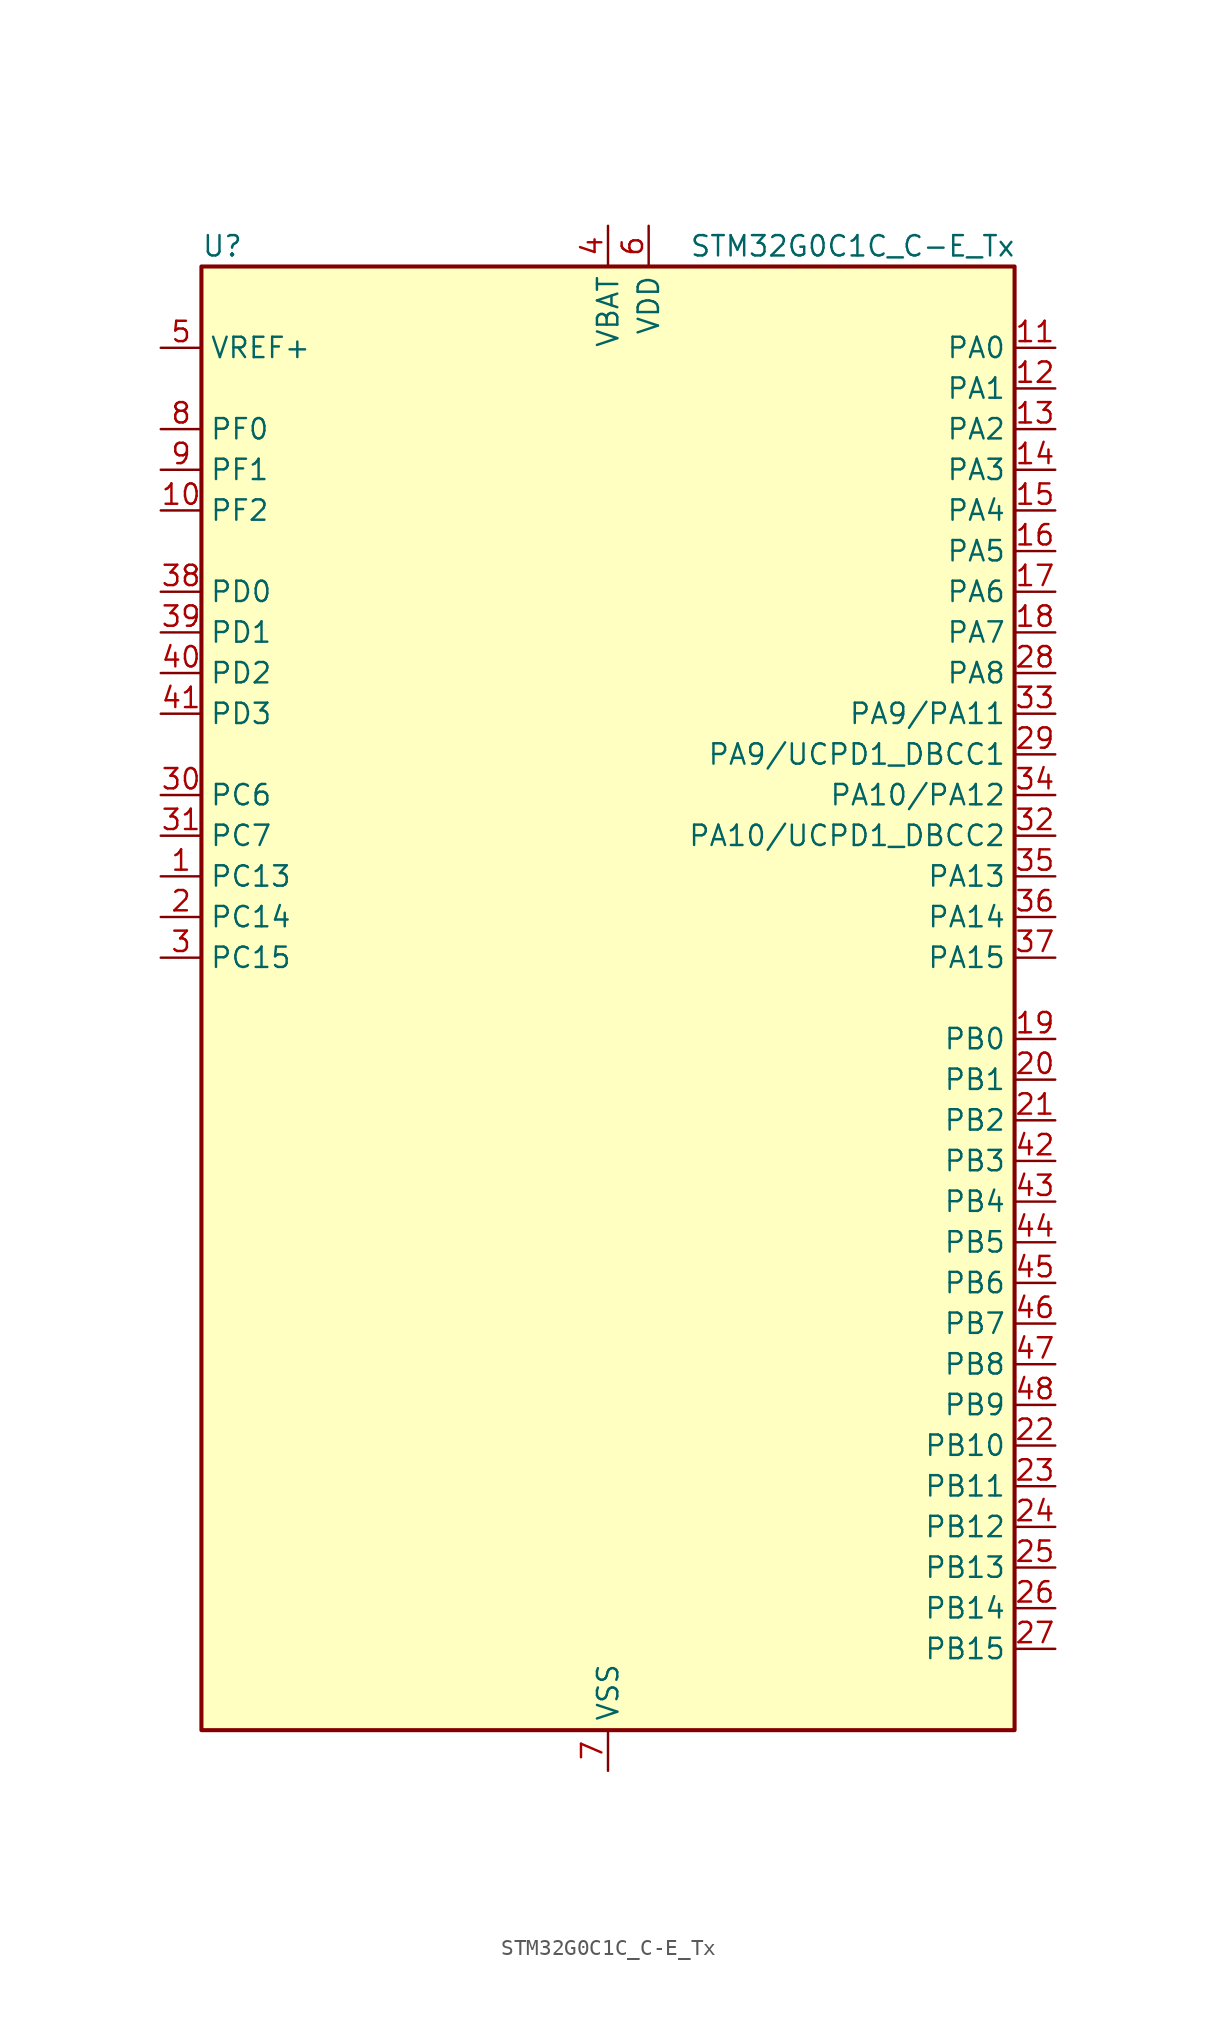
<source format=kicad_sym>
(kicad_symbol_lib
  (version 20231120)
  (generator "kicad-library-utils")
  (generator_version "8.0")
  (symbol "STM32G0C1C_C-E_Tx"
    (property "Reference" "U"
      (at -25.4 46.99 0)
      (effects (font (size 1.27 1.27)) (justify left)))
    (property "Value" "STM32G0C1C_C-E_Tx"
      (at 5.08 46.99 0)
      (effects (font (size 1.27 1.27)) (justify left)))
    (symbol "STM32G0C1C_C-E_Tx_0_1"
      (rectangle (start -25.4 -45.72) (end 25.4 45.72) (stroke (width 0.254) (type default)) (fill (type background))))
    (symbol "STM32G0C1C_C-E_Tx_1_1"
      (pin bidirectional line (at -27.94 7.62 0) (length 2.54) (name "PC13" (effects (font (size 1.27 1.27)))) (number "1" (effects (font (size 1.27 1.27)))) (alternate "RTC_OUT1" bidirectional line) (alternate "RTC_TAMP_IN1" bidirectional line) (alternate "RTC_TS" bidirectional line) (alternate "SYS_WKUP2" bidirectional line) (alternate "TIM1_BK" bidirectional line))
      (pin bidirectional line (at -27.94 30.48 0) (length 2.54) (name "PF2" (effects (font (size 1.27 1.27)))) (number "10" (effects (font (size 1.27 1.27)))) (alternate "LPUART2_DE" bidirectional line) (alternate "LPUART2_RTS" bidirectional line) (alternate "LPUART2_TX" bidirectional line) (alternate "RCC_MCO" bidirectional line))
      (pin bidirectional line (at 27.94 40.64 180) (length 2.54) (name "PA0" (effects (font (size 1.27 1.27)))) (number "11" (effects (font (size 1.27 1.27)))) (alternate "ADC1_IN0" bidirectional line) (alternate "COMP1_INM" bidirectional line) (alternate "COMP1_OUT" bidirectional line) (alternate "I2S2_CK" bidirectional line) (alternate "LPTIM1_OUT" bidirectional line) (alternate "RTC_TAMP_IN2" bidirectional line) (alternate "SPI2_SCK" bidirectional line) (alternate "SYS_WKUP1" bidirectional line) (alternate "TIM2_CH1" bidirectional line) (alternate "TIM2_ETR" bidirectional line) (alternate "UCPD2_FRSTX1" bidirectional line) (alternate "UCPD2_FRSTX2" bidirectional line) (alternate "USART2_CTS" bidirectional line) (alternate "USART2_NSS" bidirectional line) (alternate "USART4_TX" bidirectional line))
      (pin bidirectional line (at 27.94 38.1 180) (length 2.54) (name "PA1" (effects (font (size 1.27 1.27)))) (number "12" (effects (font (size 1.27 1.27)))) (alternate "ADC1_IN1" bidirectional line) (alternate "COMP1_INP" bidirectional line) (alternate "I2C1_SMBA" bidirectional line) (alternate "I2S1_CK" bidirectional line) (alternate "SPI1_SCK" bidirectional line) (alternate "TIM15_CH1N" bidirectional line) (alternate "TIM2_CH2" bidirectional line) (alternate "USART2_CK" bidirectional line) (alternate "USART2_DE" bidirectional line) (alternate "USART2_RTS" bidirectional line) (alternate "USART4_RX" bidirectional line))
      (pin bidirectional line (at 27.94 35.56 180) (length 2.54) (name "PA2" (effects (font (size 1.27 1.27)))) (number "13" (effects (font (size 1.27 1.27)))) (alternate "ADC1_IN2" bidirectional line) (alternate "COMP2_INM" bidirectional line) (alternate "COMP2_OUT" bidirectional line) (alternate "I2S1_SD" bidirectional line) (alternate "LPUART1_TX" bidirectional line) (alternate "RCC_LSCO" bidirectional line) (alternate "SPI1_MOSI" bidirectional line) (alternate "SYS_WKUP4" bidirectional line) (alternate "TIM15_CH1" bidirectional line) (alternate "TIM2_CH3" bidirectional line) (alternate "UCPD1_FRSTX1" bidirectional line) (alternate "UCPD1_FRSTX2" bidirectional line) (alternate "USART2_TX" bidirectional line))
      (pin bidirectional line (at 27.94 33.02 180) (length 2.54) (name "PA3" (effects (font (size 1.27 1.27)))) (number "14" (effects (font (size 1.27 1.27)))) (alternate "ADC1_IN3" bidirectional line) (alternate "COMP2_INP" bidirectional line) (alternate "I2S2_MCK" bidirectional line) (alternate "LPUART1_RX" bidirectional line) (alternate "SPI2_MISO" bidirectional line) (alternate "TIM15_CH2" bidirectional line) (alternate "TIM2_CH4" bidirectional line) (alternate "UCPD2_FRSTX1" bidirectional line) (alternate "UCPD2_FRSTX2" bidirectional line) (alternate "USART2_RX" bidirectional line))
      (pin bidirectional line (at 27.94 30.48 180) (length 2.54) (name "PA4" (effects (font (size 1.27 1.27)))) (number "15" (effects (font (size 1.27 1.27)))) (alternate "ADC1_IN4" bidirectional line) (alternate "DAC1_OUT1" bidirectional line) (alternate "I2S1_WS" bidirectional line) (alternate "I2S2_SD" bidirectional line) (alternate "LPTIM2_OUT" bidirectional line) (alternate "RTC_OUT2" bidirectional line) (alternate "SPI1_NSS" bidirectional line) (alternate "SPI2_MOSI" bidirectional line) (alternate "SPI3_NSS" bidirectional line) (alternate "TIM14_CH1" bidirectional line) (alternate "UCPD2_FRSTX1" bidirectional line) (alternate "UCPD2_FRSTX2" bidirectional line) (alternate "USART6_TX" bidirectional line) (alternate "USB_NOE" bidirectional line))
      (pin bidirectional line (at 27.94 27.94 180) (length 2.54) (name "PA5" (effects (font (size 1.27 1.27)))) (number "16" (effects (font (size 1.27 1.27)))) (alternate "ADC1_IN5" bidirectional line) (alternate "CEC" bidirectional line) (alternate "DAC1_OUT2" bidirectional line) (alternate "I2S1_CK" bidirectional line) (alternate "LPTIM2_ETR" bidirectional line) (alternate "SPI1_SCK" bidirectional line) (alternate "TIM2_CH1" bidirectional line) (alternate "TIM2_ETR" bidirectional line) (alternate "UCPD1_FRSTX1" bidirectional line) (alternate "UCPD1_FRSTX2" bidirectional line) (alternate "USART3_TX" bidirectional line) (alternate "USART6_RX" bidirectional line))
      (pin bidirectional line (at 27.94 25.4 180) (length 2.54) (name "PA6" (effects (font (size 1.27 1.27)))) (number "17" (effects (font (size 1.27 1.27)))) (alternate "ADC1_IN6" bidirectional line) (alternate "COMP1_OUT" bidirectional line) (alternate "I2C2_SDA" bidirectional line) (alternate "I2C3_SDA" bidirectional line) (alternate "I2S1_MCK" bidirectional line) (alternate "LPUART1_CTS" bidirectional line) (alternate "SPI1_MISO" bidirectional line) (alternate "TIM16_CH1" bidirectional line) (alternate "TIM1_BK" bidirectional line) (alternate "TIM3_CH1" bidirectional line) (alternate "USART3_CTS" bidirectional line) (alternate "USART3_NSS" bidirectional line) (alternate "USART6_CTS" bidirectional line) (alternate "USART6_NSS" bidirectional line))
      (pin bidirectional line (at 27.94 22.86 180) (length 2.54) (name "PA7" (effects (font (size 1.27 1.27)))) (number "18" (effects (font (size 1.27 1.27)))) (alternate "ADC1_IN7" bidirectional line) (alternate "COMP2_OUT" bidirectional line) (alternate "I2C2_SCL" bidirectional line) (alternate "I2C3_SCL" bidirectional line) (alternate "I2S1_SD" bidirectional line) (alternate "SPI1_MOSI" bidirectional line) (alternate "TIM14_CH1" bidirectional line) (alternate "TIM17_CH1" bidirectional line) (alternate "TIM1_CH1N" bidirectional line) (alternate "TIM3_CH2" bidirectional line) (alternate "UCPD1_FRSTX1" bidirectional line) (alternate "UCPD1_FRSTX2" bidirectional line) (alternate "USART6_CK" bidirectional line) (alternate "USART6_DE" bidirectional line) (alternate "USART6_RTS" bidirectional line))
      (pin bidirectional line (at 27.94 -2.54 180) (length 2.54) (name "PB0" (effects (font (size 1.27 1.27)))) (number "19" (effects (font (size 1.27 1.27)))) (alternate "ADC1_IN8" bidirectional line) (alternate "COMP1_OUT" bidirectional line) (alternate "COMP3_INP" bidirectional line) (alternate "FDCAN2_RX" bidirectional line) (alternate "I2S1_WS" bidirectional line) (alternate "LPTIM1_OUT" bidirectional line) (alternate "LPUART2_CTS" bidirectional line) (alternate "SPI1_NSS" bidirectional line) (alternate "TIM1_CH2N" bidirectional line) (alternate "TIM3_CH3" bidirectional line) (alternate "UCPD1_FRSTX1" bidirectional line) (alternate "UCPD1_FRSTX2" bidirectional line) (alternate "USART3_RX" bidirectional line) (alternate "USART5_TX" bidirectional line))
      (pin bidirectional line (at -27.94 5.08 0) (length 2.54) (name "PC14" (effects (font (size 1.27 1.27)))) (number "2" (effects (font (size 1.27 1.27)))) (alternate "RCC_OSC32_IN" bidirectional line) (alternate "TIM1_BK2" bidirectional line))
      (pin bidirectional line (at 27.94 -5.08 180) (length 2.54) (name "PB1" (effects (font (size 1.27 1.27)))) (number "20" (effects (font (size 1.27 1.27)))) (alternate "ADC1_IN9" bidirectional line) (alternate "COMP1_INM" bidirectional line) (alternate "COMP3_OUT" bidirectional line) (alternate "FDCAN2_TX" bidirectional line) (alternate "LPTIM2_IN1" bidirectional line) (alternate "LPUART1_DE" bidirectional line) (alternate "LPUART1_RTS" bidirectional line) (alternate "LPUART2_DE" bidirectional line) (alternate "LPUART2_RTS" bidirectional line) (alternate "TIM14_CH1" bidirectional line) (alternate "TIM1_CH3N" bidirectional line) (alternate "TIM3_CH4" bidirectional line) (alternate "USART3_CK" bidirectional line) (alternate "USART3_DE" bidirectional line) (alternate "USART3_RTS" bidirectional line) (alternate "USART5_RX" bidirectional line))
      (pin bidirectional line (at 27.94 -7.62 180) (length 2.54) (name "PB2" (effects (font (size 1.27 1.27)))) (number "21" (effects (font (size 1.27 1.27)))) (alternate "ADC1_IN10" bidirectional line) (alternate "COMP1_INP" bidirectional line) (alternate "COMP3_INM" bidirectional line) (alternate "I2S2_MCK" bidirectional line) (alternate "LPTIM1_OUT" bidirectional line) (alternate "RCC_MCO_2" bidirectional line) (alternate "SPI2_MISO" bidirectional line) (alternate "USART3_TX" bidirectional line))
      (pin bidirectional line (at 27.94 -27.94 180) (length 2.54) (name "PB10" (effects (font (size 1.27 1.27)))) (number "22" (effects (font (size 1.27 1.27)))) (alternate "ADC1_IN11" bidirectional line) (alternate "CEC" bidirectional line) (alternate "COMP1_OUT" bidirectional line) (alternate "I2C2_SCL" bidirectional line) (alternate "I2S2_CK" bidirectional line) (alternate "LPUART1_RX" bidirectional line) (alternate "SPI2_SCK" bidirectional line) (alternate "TIM2_CH3" bidirectional line) (alternate "USART3_TX" bidirectional line))
      (pin bidirectional line (at 27.94 -30.48 180) (length 2.54) (name "PB11" (effects (font (size 1.27 1.27)))) (number "23" (effects (font (size 1.27 1.27)))) (alternate "ADC1_EXTI11" bidirectional line) (alternate "ADC1_IN15" bidirectional line) (alternate "COMP2_OUT" bidirectional line) (alternate "I2C2_SDA" bidirectional line) (alternate "I2S2_SD" bidirectional line) (alternate "LPUART1_TX" bidirectional line) (alternate "SPI2_MOSI" bidirectional line) (alternate "TIM2_CH4" bidirectional line) (alternate "USART3_RX" bidirectional line))
      (pin bidirectional line (at 27.94 -33.02 180) (length 2.54) (name "PB12" (effects (font (size 1.27 1.27)))) (number "24" (effects (font (size 1.27 1.27)))) (alternate "ADC1_IN16" bidirectional line) (alternate "FDCAN2_RX" bidirectional line) (alternate "I2C2_SMBA" bidirectional line) (alternate "I2S2_WS" bidirectional line) (alternate "LPUART1_DE" bidirectional line) (alternate "LPUART1_RTS" bidirectional line) (alternate "SPI2_NSS" bidirectional line) (alternate "TIM15_BK" bidirectional line) (alternate "TIM1_BK" bidirectional line) (alternate "UCPD2_FRSTX1" bidirectional line) (alternate "UCPD2_FRSTX2" bidirectional line))
      (pin bidirectional line (at 27.94 -35.56 180) (length 2.54) (name "PB13" (effects (font (size 1.27 1.27)))) (number "25" (effects (font (size 1.27 1.27)))) (alternate "FDCAN2_TX" bidirectional line) (alternate "I2C2_SCL" bidirectional line) (alternate "I2S2_CK" bidirectional line) (alternate "LPUART1_CTS" bidirectional line) (alternate "SPI2_SCK" bidirectional line) (alternate "TIM15_CH1N" bidirectional line) (alternate "TIM1_CH1N" bidirectional line) (alternate "USART3_CTS" bidirectional line) (alternate "USART3_NSS" bidirectional line))
      (pin bidirectional line (at 27.94 -38.1 180) (length 2.54) (name "PB14" (effects (font (size 1.27 1.27)))) (number "26" (effects (font (size 1.27 1.27)))) (alternate "I2C2_SDA" bidirectional line) (alternate "I2S2_MCK" bidirectional line) (alternate "SPI2_MISO" bidirectional line) (alternate "TIM15_CH1" bidirectional line) (alternate "TIM1_CH2N" bidirectional line) (alternate "UCPD1_FRSTX1" bidirectional line) (alternate "UCPD1_FRSTX2" bidirectional line) (alternate "USART3_CK" bidirectional line) (alternate "USART3_DE" bidirectional line) (alternate "USART3_RTS" bidirectional line) (alternate "USART6_CK" bidirectional line) (alternate "USART6_DE" bidirectional line) (alternate "USART6_RTS" bidirectional line))
      (pin bidirectional line (at 27.94 -40.64 180) (length 2.54) (name "PB15" (effects (font (size 1.27 1.27)))) (number "27" (effects (font (size 1.27 1.27)))) (alternate "I2S2_SD" bidirectional line) (alternate "RTC_REFIN" bidirectional line) (alternate "SPI2_MOSI" bidirectional line) (alternate "TIM15_CH1N" bidirectional line) (alternate "TIM15_CH2" bidirectional line) (alternate "TIM1_CH3N" bidirectional line) (alternate "UCPD1_CC2" bidirectional line) (alternate "USART6_CTS" bidirectional line) (alternate "USART6_NSS" bidirectional line))
      (pin bidirectional line (at 27.94 20.32 180) (length 2.54) (name "PA8" (effects (font (size 1.27 1.27)))) (number "28" (effects (font (size 1.27 1.27)))) (alternate "CRS1_SYNC" bidirectional line) (alternate "I2C2_SMBA" bidirectional line) (alternate "I2S2_WS" bidirectional line) (alternate "LPTIM2_OUT" bidirectional line) (alternate "RCC_MCO" bidirectional line) (alternate "SPI2_NSS" bidirectional line) (alternate "TIM1_CH1" bidirectional line) (alternate "UCPD1_CC1" bidirectional line))
      (pin bidirectional line (at 27.94 15.24 180) (length 2.54) (name "PA9/UCPD1_DBCC1" (effects (font (size 1.27 1.27)))) (number "29" (effects (font (size 1.27 1.27)))) (alternate "PA9" bidirectional line) (alternate "DAC1_EXTI9 (PA9)" bidirectional line) (alternate "I2C1_SCL (PA9)" bidirectional line) (alternate "I2C2_SCL (PA9)" bidirectional line) (alternate "I2S2_MCK (PA9)" bidirectional line) (alternate "RCC_MCO (PA9)" bidirectional line) (alternate "SPI2_MISO (PA9)" bidirectional line) (alternate "TIM15_BK (PA9)" bidirectional line) (alternate "TIM1_CH2 (PA9)" bidirectional line) (alternate "UCPD1_DBCC1 (PA9)" bidirectional line) (alternate "USART1_TX (PA9)" bidirectional line) (alternate "UCPD1_DBCC1" bidirectional line) (alternate "UCPD1_DBCC1 (UCPD1_DBCC1)" bidirectional line))
      (pin bidirectional line (at -27.94 2.54 0) (length 2.54) (name "PC15" (effects (font (size 1.27 1.27)))) (number "3" (effects (font (size 1.27 1.27)))) (alternate "RCC_OSC32_EN" bidirectional line) (alternate "RCC_OSC32_OUT" bidirectional line) (alternate "RCC_OSC_EN" bidirectional line) (alternate "TIM15_BK" bidirectional line))
      (pin bidirectional line (at -27.94 12.7 0) (length 2.54) (name "PC6" (effects (font (size 1.27 1.27)))) (number "30" (effects (font (size 1.27 1.27)))) (alternate "LPUART2_TX" bidirectional line) (alternate "TIM2_CH3" bidirectional line) (alternate "TIM3_CH1" bidirectional line) (alternate "UCPD1_FRSTX1" bidirectional line) (alternate "UCPD1_FRSTX2" bidirectional line))
      (pin bidirectional line (at -27.94 10.16 0) (length 2.54) (name "PC7" (effects (font (size 1.27 1.27)))) (number "31" (effects (font (size 1.27 1.27)))) (alternate "LPUART2_RX" bidirectional line) (alternate "TIM2_CH4" bidirectional line) (alternate "TIM3_CH2" bidirectional line) (alternate "UCPD2_FRSTX1" bidirectional line) (alternate "UCPD2_FRSTX2" bidirectional line))
      (pin bidirectional line (at 27.94 10.16 180) (length 2.54) (name "PA10/UCPD1_DBCC2" (effects (font (size 1.27 1.27)))) (number "32" (effects (font (size 1.27 1.27)))) (alternate "PA10" bidirectional line) (alternate "I2C1_SDA (PA10)" bidirectional line) (alternate "I2C2_SDA (PA10)" bidirectional line) (alternate "I2S2_SD (PA10)" bidirectional line) (alternate "RCC_MCO_2 (PA10)" bidirectional line) (alternate "SPI2_MOSI (PA10)" bidirectional line) (alternate "TIM17_BK (PA10)" bidirectional line) (alternate "TIM1_CH3 (PA10)" bidirectional line) (alternate "UCPD1_DBCC2 (PA10)" bidirectional line) (alternate "USART1_RX (PA10)" bidirectional line) (alternate "UCPD1_DBCC2" bidirectional line) (alternate "UCPD1_DBCC2 (UCPD1_DBCC2)" bidirectional line))
      (pin bidirectional line (at 27.94 17.78 180) (length 2.54) (name "PA9/PA11" (effects (font (size 1.27 1.27)))) (number "33" (effects (font (size 1.27 1.27)))) (alternate "PA9" bidirectional line) (alternate "DAC1_EXTI9 (PA9)" bidirectional line) (alternate "I2C1_SCL (PA9)" bidirectional line) (alternate "I2C2_SCL (PA9)" bidirectional line) (alternate "I2S2_MCK (PA9)" bidirectional line) (alternate "RCC_MCO (PA9)" bidirectional line) (alternate "SPI2_MISO (PA9)" bidirectional line) (alternate "TIM15_BK (PA9)" bidirectional line) (alternate "TIM1_CH2 (PA9)" bidirectional line) (alternate "UCPD1_DBCC1 (PA9)" bidirectional line) (alternate "USART1_TX (PA9)" bidirectional line) (alternate "PA11" bidirectional line) (alternate "ADC1_EXTI11 (PA11)" bidirectional line) (alternate "COMP1_OUT (PA11)" bidirectional line) (alternate "FDCAN1_RX (PA11)" bidirectional line) (alternate "I2C2_SCL (PA11)" bidirectional line) (alternate "I2S1_MCK (PA11)" bidirectional line) (alternate "SPI1_MISO (PA11)" bidirectional line) (alternate "TIM1_BK2 (PA11)" bidirectional line) (alternate "TIM1_CH4 (PA11)" bidirectional line) (alternate "USART1_CTS (PA11)" bidirectional line) (alternate "USART1_NSS (PA11)" bidirectional line) (alternate "USB_DM (PA11)" bidirectional line))
      (pin bidirectional line (at 27.94 12.7 180) (length 2.54) (name "PA10/PA12" (effects (font (size 1.27 1.27)))) (number "34" (effects (font (size 1.27 1.27)))) (alternate "PA10" bidirectional line) (alternate "I2C1_SDA (PA10)" bidirectional line) (alternate "I2C2_SDA (PA10)" bidirectional line) (alternate "I2S2_SD (PA10)" bidirectional line) (alternate "RCC_MCO_2 (PA10)" bidirectional line) (alternate "SPI2_MOSI (PA10)" bidirectional line) (alternate "TIM17_BK (PA10)" bidirectional line) (alternate "TIM1_CH3 (PA10)" bidirectional line) (alternate "UCPD1_DBCC2 (PA10)" bidirectional line) (alternate "USART1_RX (PA10)" bidirectional line) (alternate "PA12" bidirectional line) (alternate "COMP2_OUT (PA12)" bidirectional line) (alternate "FDCAN1_TX (PA12)" bidirectional line) (alternate "I2C2_SDA (PA12)" bidirectional line) (alternate "I2S1_SD (PA12)" bidirectional line) (alternate "I2S_CKIN (PA12)" bidirectional line) (alternate "SPI1_MOSI (PA12)" bidirectional line) (alternate "TIM1_ETR (PA12)" bidirectional line) (alternate "USART1_CK (PA12)" bidirectional line) (alternate "USART1_DE (PA12)" bidirectional line) (alternate "USART1_RTS (PA12)" bidirectional line) (alternate "USB_DP (PA12)" bidirectional line))
      (pin bidirectional line (at 27.94 7.62 180) (length 2.54) (name "PA13" (effects (font (size 1.27 1.27)))) (number "35" (effects (font (size 1.27 1.27)))) (alternate "IR_OUT" bidirectional line) (alternate "LPUART2_RX" bidirectional line) (alternate "SYS_SWDIO" bidirectional line) (alternate "USB_NOE" bidirectional line))
      (pin bidirectional line (at 27.94 5.08 180) (length 2.54) (name "PA14" (effects (font (size 1.27 1.27)))) (number "36" (effects (font (size 1.27 1.27)))) (alternate "LPUART2_TX" bidirectional line) (alternate "SYS_SWCLK" bidirectional line) (alternate "USART2_TX" bidirectional line))
      (pin bidirectional line (at 27.94 2.54 180) (length 2.54) (name "PA15" (effects (font (size 1.27 1.27)))) (number "37" (effects (font (size 1.27 1.27)))) (alternate "I2C2_SMBA" bidirectional line) (alternate "I2S1_WS" bidirectional line) (alternate "RCC_MCO_2" bidirectional line) (alternate "SPI1_NSS" bidirectional line) (alternate "SPI3_NSS" bidirectional line) (alternate "TIM2_CH1" bidirectional line) (alternate "TIM2_ETR" bidirectional line) (alternate "USART2_RX" bidirectional line) (alternate "USART3_CK" bidirectional line) (alternate "USART3_DE" bidirectional line) (alternate "USART3_RTS" bidirectional line) (alternate "USART4_CK" bidirectional line) (alternate "USART4_DE" bidirectional line) (alternate "USART4_RTS" bidirectional line) (alternate "USB_NOE" bidirectional line))
      (pin bidirectional line (at -27.94 25.4 0) (length 2.54) (name "PD0" (effects (font (size 1.27 1.27)))) (number "38" (effects (font (size 1.27 1.27)))) (alternate "FDCAN1_RX" bidirectional line) (alternate "I2S2_WS" bidirectional line) (alternate "SPI2_NSS" bidirectional line) (alternate "TIM16_CH1" bidirectional line) (alternate "UCPD2_CC1" bidirectional line))
      (pin bidirectional line (at -27.94 22.86 0) (length 2.54) (name "PD1" (effects (font (size 1.27 1.27)))) (number "39" (effects (font (size 1.27 1.27)))) (alternate "FDCAN1_TX" bidirectional line) (alternate "I2S2_CK" bidirectional line) (alternate "SPI2_SCK" bidirectional line) (alternate "TIM17_CH1" bidirectional line) (alternate "UCPD2_DBCC1" bidirectional line))
      (pin power_in line (at 0 48.26 270) (length 2.54) (name "VBAT" (effects (font (size 1.27 1.27)))) (number "4" (effects (font (size 1.27 1.27)))))
      (pin bidirectional line (at -27.94 20.32 0) (length 2.54) (name "PD2" (effects (font (size 1.27 1.27)))) (number "40" (effects (font (size 1.27 1.27)))) (alternate "TIM1_CH1N" bidirectional line) (alternate "TIM3_ETR" bidirectional line) (alternate "UCPD2_CC2" bidirectional line) (alternate "USART3_CK" bidirectional line) (alternate "USART3_DE" bidirectional line) (alternate "USART3_RTS" bidirectional line) (alternate "USART5_RX" bidirectional line))
      (pin bidirectional line (at -27.94 17.78 0) (length 2.54) (name "PD3" (effects (font (size 1.27 1.27)))) (number "41" (effects (font (size 1.27 1.27)))) (alternate "I2S2_MCK" bidirectional line) (alternate "SPI2_MISO" bidirectional line) (alternate "TIM1_CH2N" bidirectional line) (alternate "UCPD2_DBCC2" bidirectional line) (alternate "USART2_CTS" bidirectional line) (alternate "USART2_NSS" bidirectional line) (alternate "USART5_TX" bidirectional line))
      (pin bidirectional line (at 27.94 -10.16 180) (length 2.54) (name "PB3" (effects (font (size 1.27 1.27)))) (number "42" (effects (font (size 1.27 1.27)))) (alternate "COMP2_INM" bidirectional line) (alternate "I2C2_SCL" bidirectional line) (alternate "I2C3_SCL" bidirectional line) (alternate "I2S1_CK" bidirectional line) (alternate "SPI1_SCK" bidirectional line) (alternate "SPI3_SCK" bidirectional line) (alternate "TIM1_CH2" bidirectional line) (alternate "TIM2_CH2" bidirectional line) (alternate "USART1_CK" bidirectional line) (alternate "USART1_DE" bidirectional line) (alternate "USART1_RTS" bidirectional line) (alternate "USART5_TX" bidirectional line))
      (pin bidirectional line (at 27.94 -12.7 180) (length 2.54) (name "PB4" (effects (font (size 1.27 1.27)))) (number "43" (effects (font (size 1.27 1.27)))) (alternate "COMP2_INP" bidirectional line) (alternate "I2C2_SDA" bidirectional line) (alternate "I2C3_SDA" bidirectional line) (alternate "I2S1_MCK" bidirectional line) (alternate "SPI1_MISO" bidirectional line) (alternate "SPI3_MISO" bidirectional line) (alternate "TIM17_BK" bidirectional line) (alternate "TIM3_CH1" bidirectional line) (alternate "USART1_CTS" bidirectional line) (alternate "USART1_NSS" bidirectional line) (alternate "USART5_RX" bidirectional line))
      (pin bidirectional line (at 27.94 -15.24 180) (length 2.54) (name "PB5" (effects (font (size 1.27 1.27)))) (number "44" (effects (font (size 1.27 1.27)))) (alternate "COMP2_OUT" bidirectional line) (alternate "FDCAN2_RX" bidirectional line) (alternate "I2C1_SMBA" bidirectional line) (alternate "I2S1_SD" bidirectional line) (alternate "LPTIM1_IN1" bidirectional line) (alternate "SPI1_MOSI" bidirectional line) (alternate "SPI3_MOSI" bidirectional line) (alternate "SYS_WKUP6" bidirectional line) (alternate "TIM16_BK" bidirectional line) (alternate "TIM3_CH2" bidirectional line) (alternate "USART5_CK" bidirectional line) (alternate "USART5_DE" bidirectional line) (alternate "USART5_RTS" bidirectional line))
      (pin bidirectional line (at 27.94 -17.78 180) (length 2.54) (name "PB6" (effects (font (size 1.27 1.27)))) (number "45" (effects (font (size 1.27 1.27)))) (alternate "COMP2_INP" bidirectional line) (alternate "FDCAN2_TX" bidirectional line) (alternate "I2C1_SCL" bidirectional line) (alternate "I2S2_MCK" bidirectional line) (alternate "LPTIM1_ETR" bidirectional line) (alternate "LPUART2_TX" bidirectional line) (alternate "SPI2_MISO" bidirectional line) (alternate "TIM16_CH1N" bidirectional line) (alternate "TIM1_CH3" bidirectional line) (alternate "TIM4_CH1" bidirectional line) (alternate "USART1_TX" bidirectional line) (alternate "USART5_CTS" bidirectional line) (alternate "USART5_NSS" bidirectional line))
      (pin bidirectional line (at 27.94 -20.32 180) (length 2.54) (name "PB7" (effects (font (size 1.27 1.27)))) (number "46" (effects (font (size 1.27 1.27)))) (alternate "COMP2_INM" bidirectional line) (alternate "I2C1_SDA" bidirectional line) (alternate "I2S2_SD" bidirectional line) (alternate "LPTIM1_IN2" bidirectional line) (alternate "LPUART2_RX" bidirectional line) (alternate "SPI2_MOSI" bidirectional line) (alternate "SYS_PVD_IN" bidirectional line) (alternate "TIM17_CH1N" bidirectional line) (alternate "TIM4_CH2" bidirectional line) (alternate "USART1_RX" bidirectional line) (alternate "USART4_CTS" bidirectional line) (alternate "USART4_NSS" bidirectional line))
      (pin bidirectional line (at 27.94 -22.86 180) (length 2.54) (name "PB8" (effects (font (size 1.27 1.27)))) (number "47" (effects (font (size 1.27 1.27)))) (alternate "CEC" bidirectional line) (alternate "FDCAN1_RX" bidirectional line) (alternate "I2C1_SCL" bidirectional line) (alternate "I2S2_CK" bidirectional line) (alternate "SPI2_SCK" bidirectional line) (alternate "TIM15_BK" bidirectional line) (alternate "TIM16_CH1" bidirectional line) (alternate "TIM4_CH3" bidirectional line) (alternate "USART3_TX" bidirectional line) (alternate "USART6_TX" bidirectional line))
      (pin bidirectional line (at 27.94 -25.4 180) (length 2.54) (name "PB9" (effects (font (size 1.27 1.27)))) (number "48" (effects (font (size 1.27 1.27)))) (alternate "DAC1_EXTI9" bidirectional line) (alternate "FDCAN1_TX" bidirectional line) (alternate "I2C1_SDA" bidirectional line) (alternate "I2S2_WS" bidirectional line) (alternate "IR_OUT" bidirectional line) (alternate "SPI2_NSS" bidirectional line) (alternate "TIM17_CH1" bidirectional line) (alternate "TIM4_CH4" bidirectional line) (alternate "UCPD2_FRSTX1" bidirectional line) (alternate "UCPD2_FRSTX2" bidirectional line) (alternate "USART3_RX" bidirectional line) (alternate "USART6_RX" bidirectional line))
      (pin input line (at -27.94 40.64 0) (length 2.54) (name "VREF+" (effects (font (size 1.27 1.27)))) (number "5" (effects (font (size 1.27 1.27)))) (alternate "VREFBUF_OUT" bidirectional line))
      (pin power_in line (at 2.54 48.26 270) (length 2.54) (name "VDD" (effects (font (size 1.27 1.27)))) (number "6" (effects (font (size 1.27 1.27)))))
      (pin power_in line (at 0 -48.26 90) (length 2.54) (name "VSS" (effects (font (size 1.27 1.27)))) (number "7" (effects (font (size 1.27 1.27)))))
      (pin bidirectional line (at -27.94 35.56 0) (length 2.54) (name "PF0" (effects (font (size 1.27 1.27)))) (number "8" (effects (font (size 1.27 1.27)))) (alternate "CRS1_SYNC" bidirectional line) (alternate "RCC_OSC_IN" bidirectional line) (alternate "TIM14_CH1" bidirectional line))
      (pin bidirectional line (at -27.94 33.02 0) (length 2.54) (name "PF1" (effects (font (size 1.27 1.27)))) (number "9" (effects (font (size 1.27 1.27)))) (alternate "RCC_OSC_EN" bidirectional line) (alternate "RCC_OSC_OUT" bidirectional line) (alternate "TIM15_CH1N" bidirectional line)))))
</source>
